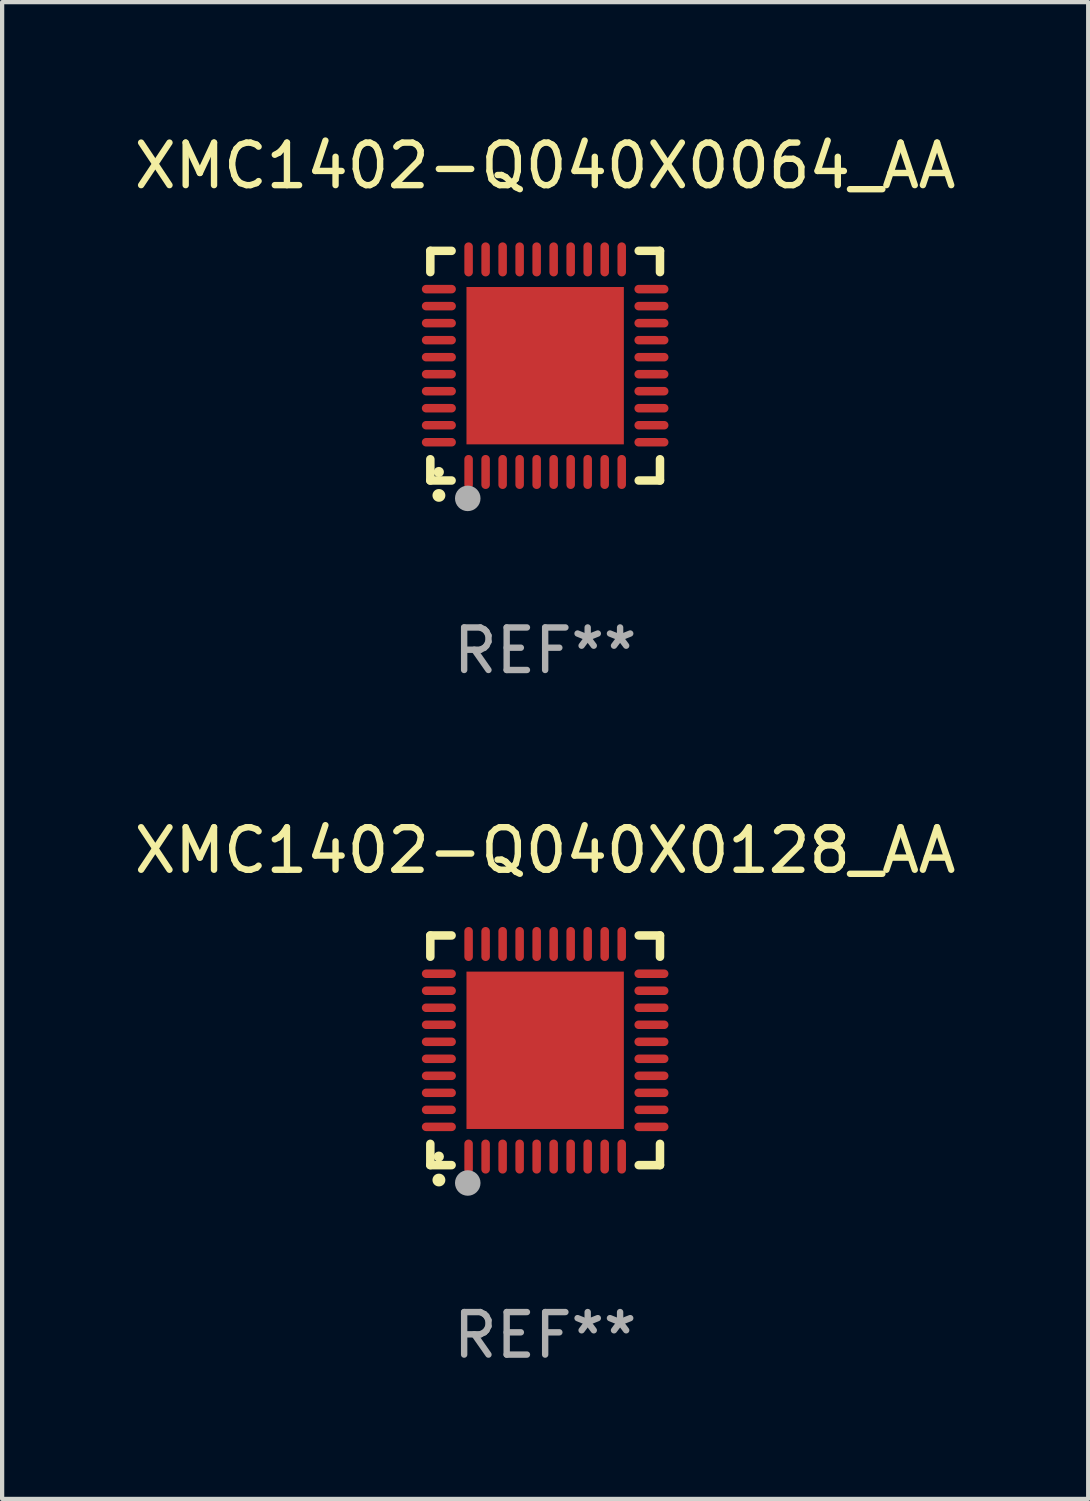
<source format=kicad_pcb>
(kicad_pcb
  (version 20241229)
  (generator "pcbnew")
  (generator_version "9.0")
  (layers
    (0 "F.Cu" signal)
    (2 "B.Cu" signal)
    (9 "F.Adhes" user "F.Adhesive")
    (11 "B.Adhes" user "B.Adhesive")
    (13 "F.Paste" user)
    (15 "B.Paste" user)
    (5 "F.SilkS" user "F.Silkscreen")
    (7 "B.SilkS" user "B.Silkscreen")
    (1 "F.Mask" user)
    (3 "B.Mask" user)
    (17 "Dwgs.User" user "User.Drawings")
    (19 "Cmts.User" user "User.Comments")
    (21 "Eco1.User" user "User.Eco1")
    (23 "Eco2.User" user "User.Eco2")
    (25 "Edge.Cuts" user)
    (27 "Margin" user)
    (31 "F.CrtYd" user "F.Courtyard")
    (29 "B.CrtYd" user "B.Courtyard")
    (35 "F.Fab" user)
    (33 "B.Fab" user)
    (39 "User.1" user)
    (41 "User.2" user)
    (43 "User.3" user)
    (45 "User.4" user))
  (footprint "XMC1402-Q040X0128_AA"
    (layer "F.Cu")
    (at 9.768 21.645)
    (property "Reference" "XMC1402-Q040X0128_AA" (at 0 -4.7 0) (layer "F.SilkS") (effects (font (size 1 1) (thickness 0.15))))
    (attr through_hole)
    (fp_line (start -2.7 -2.7) (end -2.7 -2.2) (stroke (width 0.2) (type solid)) (layer "F.SilkS"))
    (fp_line (start -2.7 2.7) (end -2.7 2.2) (stroke (width 0.2) (type solid)) (layer "F.SilkS"))
    (fp_line (start -2.2 -2.7) (end -2.7 -2.7) (stroke (width 0.2) (type solid)) (layer "F.SilkS"))
    (fp_line (start -2.2 2.7) (end -2.7 2.7) (stroke (width 0.2) (type solid)) (layer "F.SilkS"))
    (fp_line (start 2.7 -2.7) (end 2.2 -2.7) (stroke (width 0.2) (type solid)) (layer "F.SilkS"))
    (fp_line (start 2.7 -2.2) (end 2.7 -2.7) (stroke (width 0.2) (type solid)) (layer "F.SilkS"))
    (fp_line (start 2.7 2.2) (end 2.7 2.7) (stroke (width 0.2) (type solid)) (layer "F.SilkS"))
    (fp_line (start 2.7 2.7) (end 2.2 2.7) (stroke (width 0.2) (type solid)) (layer "F.SilkS"))
    (fp_arc (start -2.499365 3.050546) (mid -2.498095 3.050541) (end -2.496825 3.050546) (stroke (width 0.3) (type solid)) (layer "F.SilkS"))
    (fp_circle (center -2.5 2.5) (end -2.44 2.5) (stroke (width 0.12) (type solid)) (fill no) (layer "F.SilkS"))
    (fp_circle (center -1.82 3.12) (end -1.67 3.12) (stroke (width 0.3) (type solid)) (fill no) (layer "F.Fab"))
    (fp_text user "REF**" (at 0 6.7 0) (layer "F.Fab") (effects (font (size 1 1) (thickness 0.15))))
    (pad "1" smd oval (at -1.8 2.499) (size 0.2 0.8) (layers "F.Cu" "F.Mask" "F.Paste"))
    (pad "2" smd oval (at -1.4 2.499) (size 0.2 0.8) (layers "F.Cu" "F.Mask" "F.Paste"))
    (pad "3" smd oval (at -1 2.499) (size 0.2 0.8) (layers "F.Cu" "F.Mask" "F.Paste"))
    (pad "4" smd oval (at -0.6 2.499) (size 0.2 0.8) (layers "F.Cu" "F.Mask" "F.Paste"))
    (pad "5" smd oval (at -0.2 2.499) (size 0.2 0.8) (layers "F.Cu" "F.Mask" "F.Paste"))
    (pad "6" smd oval (at 0.2 2.499) (size 0.2 0.8) (layers "F.Cu" "F.Mask" "F.Paste"))
    (pad "7" smd oval (at 0.6 2.499) (size 0.2 0.8) (layers "F.Cu" "F.Mask" "F.Paste"))
    (pad "8" smd oval (at 1 2.499) (size 0.2 0.8) (layers "F.Cu" "F.Mask" "F.Paste"))
    (pad "9" smd oval (at 1.4 2.499) (size 0.2 0.8) (layers "F.Cu" "F.Mask" "F.Paste"))
    (pad "10" smd oval (at 1.8 2.499) (size 0.2 0.8) (layers "F.Cu" "F.Mask" "F.Paste"))
    (pad "11" smd oval (at 2.499 1.8) (size 0.8 0.2) (layers "F.Cu" "F.Mask" "F.Paste"))
    (pad "12" smd oval (at 2.499 1.4) (size 0.8 0.2) (layers "F.Cu" "F.Mask" "F.Paste"))
    (pad "13" smd oval (at 2.499 1) (size 0.8 0.2) (layers "F.Cu" "F.Mask" "F.Paste"))
    (pad "14" smd oval (at 2.499 0.6) (size 0.8 0.2) (layers "F.Cu" "F.Mask" "F.Paste"))
    (pad "15" smd oval (at 2.499 0.2) (size 0.8 0.2) (layers "F.Cu" "F.Mask" "F.Paste"))
    (pad "16" smd oval (at 2.499 -0.2) (size 0.8 0.2) (layers "F.Cu" "F.Mask" "F.Paste"))
    (pad "17" smd oval (at 2.499 -0.6) (size 0.8 0.2) (layers "F.Cu" "F.Mask" "F.Paste"))
    (pad "18" smd oval (at 2.499 -1) (size 0.8 0.2) (layers "F.Cu" "F.Mask" "F.Paste"))
    (pad "19" smd oval (at 2.499 -1.4) (size 0.8 0.2) (layers "F.Cu" "F.Mask" "F.Paste"))
    (pad "20" smd oval (at 2.499 -1.8) (size 0.8 0.2) (layers "F.Cu" "F.Mask" "F.Paste"))
    (pad "21" smd oval (at 1.8 -2.499) (size 0.2 0.8) (layers "F.Cu" "F.Mask" "F.Paste"))
    (pad "22" smd oval (at 1.4 -2.499) (size 0.2 0.8) (layers "F.Cu" "F.Mask" "F.Paste"))
    (pad "23" smd oval (at 1 -2.499) (size 0.2 0.8) (layers "F.Cu" "F.Mask" "F.Paste"))
    (pad "24" smd oval (at 0.6 -2.499) (size 0.2 0.8) (layers "F.Cu" "F.Mask" "F.Paste"))
    (pad "25" smd oval (at 0.2 -2.499) (size 0.2 0.8) (layers "F.Cu" "F.Mask" "F.Paste"))
    (pad "26" smd oval (at -0.2 -2.499) (size 0.2 0.8) (layers "F.Cu" "F.Mask" "F.Paste"))
    (pad "27" smd oval (at -0.6 -2.499) (size 0.2 0.8) (layers "F.Cu" "F.Mask" "F.Paste"))
    (pad "28" smd oval (at -1 -2.499) (size 0.2 0.8) (layers "F.Cu" "F.Mask" "F.Paste"))
    (pad "29" smd oval (at -1.4 -2.499) (size 0.2 0.8) (layers "F.Cu" "F.Mask" "F.Paste"))
    (pad "30" smd oval (at -1.8 -2.499) (size 0.2 0.8) (layers "F.Cu" "F.Mask" "F.Paste"))
    (pad "31" smd oval (at -2.499 -1.8) (size 0.8 0.2) (layers "F.Cu" "F.Mask" "F.Paste"))
    (pad "32" smd oval (at -2.499 -1.4) (size 0.8 0.2) (layers "F.Cu" "F.Mask" "F.Paste"))
    (pad "33" smd oval (at -2.499 -1) (size 0.8 0.2) (layers "F.Cu" "F.Mask" "F.Paste"))
    (pad "34" smd oval (at -2.499 -0.6) (size 0.8 0.2) (layers "F.Cu" "F.Mask" "F.Paste"))
    (pad "35" smd oval (at -2.499 -0.2) (size 0.8 0.2) (layers "F.Cu" "F.Mask" "F.Paste"))
    (pad "36" smd oval (at -2.499 0.2) (size 0.8 0.2) (layers "F.Cu" "F.Mask" "F.Paste"))
    (pad "37" smd oval (at -2.499 0.6) (size 0.8 0.2) (layers "F.Cu" "F.Mask" "F.Paste"))
    (pad "38" smd oval (at -2.499 1) (size 0.8 0.2) (layers "F.Cu" "F.Mask" "F.Paste"))
    (pad "39" smd oval (at -2.499 1.4) (size 0.8 0.2) (layers "F.Cu" "F.Mask" "F.Paste"))
    (pad "40" smd oval (at -2.499 1.8) (size 0.8 0.2) (layers "F.Cu" "F.Mask" "F.Paste"))
    (pad "41" smd rect (at 0 0) (size 3.7 3.7) (layers "F.Cu" "F.Mask" "F.Paste")))
  (footprint "XMC1402-Q040X0064_AA"
    (layer "F.Cu")
    (at 9.768 5.548)
    (property "Reference" "XMC1402-Q040X0064_AA" (at 0 -4.7 0) (layer "F.SilkS") (effects (font (size 1 1) (thickness 0.15))))
    (attr through_hole)
    (fp_line (start -2.7 -2.7) (end -2.7 -2.2) (stroke (width 0.2) (type solid)) (layer "F.SilkS"))
    (fp_line (start -2.7 2.7) (end -2.7 2.2) (stroke (width 0.2) (type solid)) (layer "F.SilkS"))
    (fp_line (start -2.2 -2.7) (end -2.7 -2.7) (stroke (width 0.2) (type solid)) (layer "F.SilkS"))
    (fp_line (start -2.2 2.7) (end -2.7 2.7) (stroke (width 0.2) (type solid)) (layer "F.SilkS"))
    (fp_line (start 2.7 -2.7) (end 2.2 -2.7) (stroke (width 0.2) (type solid)) (layer "F.SilkS"))
    (fp_line (start 2.7 -2.2) (end 2.7 -2.7) (stroke (width 0.2) (type solid)) (layer "F.SilkS"))
    (fp_line (start 2.7 2.2) (end 2.7 2.7) (stroke (width 0.2) (type solid)) (layer "F.SilkS"))
    (fp_line (start 2.7 2.7) (end 2.2 2.7) (stroke (width 0.2) (type solid)) (layer "F.SilkS"))
    (fp_arc (start -2.499365 3.050546) (mid -2.498095 3.050541) (end -2.496825 3.050546) (stroke (width 0.3) (type solid)) (layer "F.SilkS"))
    (fp_circle (center -2.5 2.5) (end -2.44 2.5) (stroke (width 0.12) (type solid)) (fill no) (layer "F.SilkS"))
    (fp_circle (center -1.82 3.12) (end -1.67 3.12) (stroke (width 0.3) (type solid)) (fill no) (layer "F.Fab"))
    (fp_text user "REF**" (at 0 6.7 0) (layer "F.Fab") (effects (font (size 1 1) (thickness 0.15))))
    (pad "1" smd oval (at -1.8 2.499) (size 0.2 0.8) (layers "F.Cu" "F.Mask" "F.Paste"))
    (pad "2" smd oval (at -1.4 2.499) (size 0.2 0.8) (layers "F.Cu" "F.Mask" "F.Paste"))
    (pad "3" smd oval (at -1 2.499) (size 0.2 0.8) (layers "F.Cu" "F.Mask" "F.Paste"))
    (pad "4" smd oval (at -0.6 2.499) (size 0.2 0.8) (layers "F.Cu" "F.Mask" "F.Paste"))
    (pad "5" smd oval (at -0.2 2.499) (size 0.2 0.8) (layers "F.Cu" "F.Mask" "F.Paste"))
    (pad "6" smd oval (at 0.2 2.499) (size 0.2 0.8) (layers "F.Cu" "F.Mask" "F.Paste"))
    (pad "7" smd oval (at 0.6 2.499) (size 0.2 0.8) (layers "F.Cu" "F.Mask" "F.Paste"))
    (pad "8" smd oval (at 1 2.499) (size 0.2 0.8) (layers "F.Cu" "F.Mask" "F.Paste"))
    (pad "9" smd oval (at 1.4 2.499) (size 0.2 0.8) (layers "F.Cu" "F.Mask" "F.Paste"))
    (pad "10" smd oval (at 1.8 2.499) (size 0.2 0.8) (layers "F.Cu" "F.Mask" "F.Paste"))
    (pad "11" smd oval (at 2.499 1.8) (size 0.8 0.2) (layers "F.Cu" "F.Mask" "F.Paste"))
    (pad "12" smd oval (at 2.499 1.4) (size 0.8 0.2) (layers "F.Cu" "F.Mask" "F.Paste"))
    (pad "13" smd oval (at 2.499 1) (size 0.8 0.2) (layers "F.Cu" "F.Mask" "F.Paste"))
    (pad "14" smd oval (at 2.499 0.6) (size 0.8 0.2) (layers "F.Cu" "F.Mask" "F.Paste"))
    (pad "15" smd oval (at 2.499 0.2) (size 0.8 0.2) (layers "F.Cu" "F.Mask" "F.Paste"))
    (pad "16" smd oval (at 2.499 -0.2) (size 0.8 0.2) (layers "F.Cu" "F.Mask" "F.Paste"))
    (pad "17" smd oval (at 2.499 -0.6) (size 0.8 0.2) (layers "F.Cu" "F.Mask" "F.Paste"))
    (pad "18" smd oval (at 2.499 -1) (size 0.8 0.2) (layers "F.Cu" "F.Mask" "F.Paste"))
    (pad "19" smd oval (at 2.499 -1.4) (size 0.8 0.2) (layers "F.Cu" "F.Mask" "F.Paste"))
    (pad "20" smd oval (at 2.499 -1.8) (size 0.8 0.2) (layers "F.Cu" "F.Mask" "F.Paste"))
    (pad "21" smd oval (at 1.8 -2.499) (size 0.2 0.8) (layers "F.Cu" "F.Mask" "F.Paste"))
    (pad "22" smd oval (at 1.4 -2.499) (size 0.2 0.8) (layers "F.Cu" "F.Mask" "F.Paste"))
    (pad "23" smd oval (at 1 -2.499) (size 0.2 0.8) (layers "F.Cu" "F.Mask" "F.Paste"))
    (pad "24" smd oval (at 0.6 -2.499) (size 0.2 0.8) (layers "F.Cu" "F.Mask" "F.Paste"))
    (pad "25" smd oval (at 0.2 -2.499) (size 0.2 0.8) (layers "F.Cu" "F.Mask" "F.Paste"))
    (pad "26" smd oval (at -0.2 -2.499) (size 0.2 0.8) (layers "F.Cu" "F.Mask" "F.Paste"))
    (pad "27" smd oval (at -0.6 -2.499) (size 0.2 0.8) (layers "F.Cu" "F.Mask" "F.Paste"))
    (pad "28" smd oval (at -1 -2.499) (size 0.2 0.8) (layers "F.Cu" "F.Mask" "F.Paste"))
    (pad "29" smd oval (at -1.4 -2.499) (size 0.2 0.8) (layers "F.Cu" "F.Mask" "F.Paste"))
    (pad "30" smd oval (at -1.8 -2.499) (size 0.2 0.8) (layers "F.Cu" "F.Mask" "F.Paste"))
    (pad "31" smd oval (at -2.499 -1.8) (size 0.8 0.2) (layers "F.Cu" "F.Mask" "F.Paste"))
    (pad "32" smd oval (at -2.499 -1.4) (size 0.8 0.2) (layers "F.Cu" "F.Mask" "F.Paste"))
    (pad "33" smd oval (at -2.499 -1) (size 0.8 0.2) (layers "F.Cu" "F.Mask" "F.Paste"))
    (pad "34" smd oval (at -2.499 -0.6) (size 0.8 0.2) (layers "F.Cu" "F.Mask" "F.Paste"))
    (pad "35" smd oval (at -2.499 -0.2) (size 0.8 0.2) (layers "F.Cu" "F.Mask" "F.Paste"))
    (pad "36" smd oval (at -2.499 0.2) (size 0.8 0.2) (layers "F.Cu" "F.Mask" "F.Paste"))
    (pad "37" smd oval (at -2.499 0.6) (size 0.8 0.2) (layers "F.Cu" "F.Mask" "F.Paste"))
    (pad "38" smd oval (at -2.499 1) (size 0.8 0.2) (layers "F.Cu" "F.Mask" "F.Paste"))
    (pad "39" smd oval (at -2.499 1.4) (size 0.8 0.2) (layers "F.Cu" "F.Mask" "F.Paste"))
    (pad "40" smd oval (at -2.499 1.8) (size 0.8 0.2) (layers "F.Cu" "F.Mask" "F.Paste"))
    (pad "41" smd rect (at 0 0) (size 3.7 3.7) (layers "F.Cu" "F.Mask" "F.Paste")))
  (gr_rect
    (start -3 -3)
    (end 22.536 32.193)
    (stroke (width 0.1) (type default))
    (fill no)
    (layer "Edge.Cuts")))
</source>
